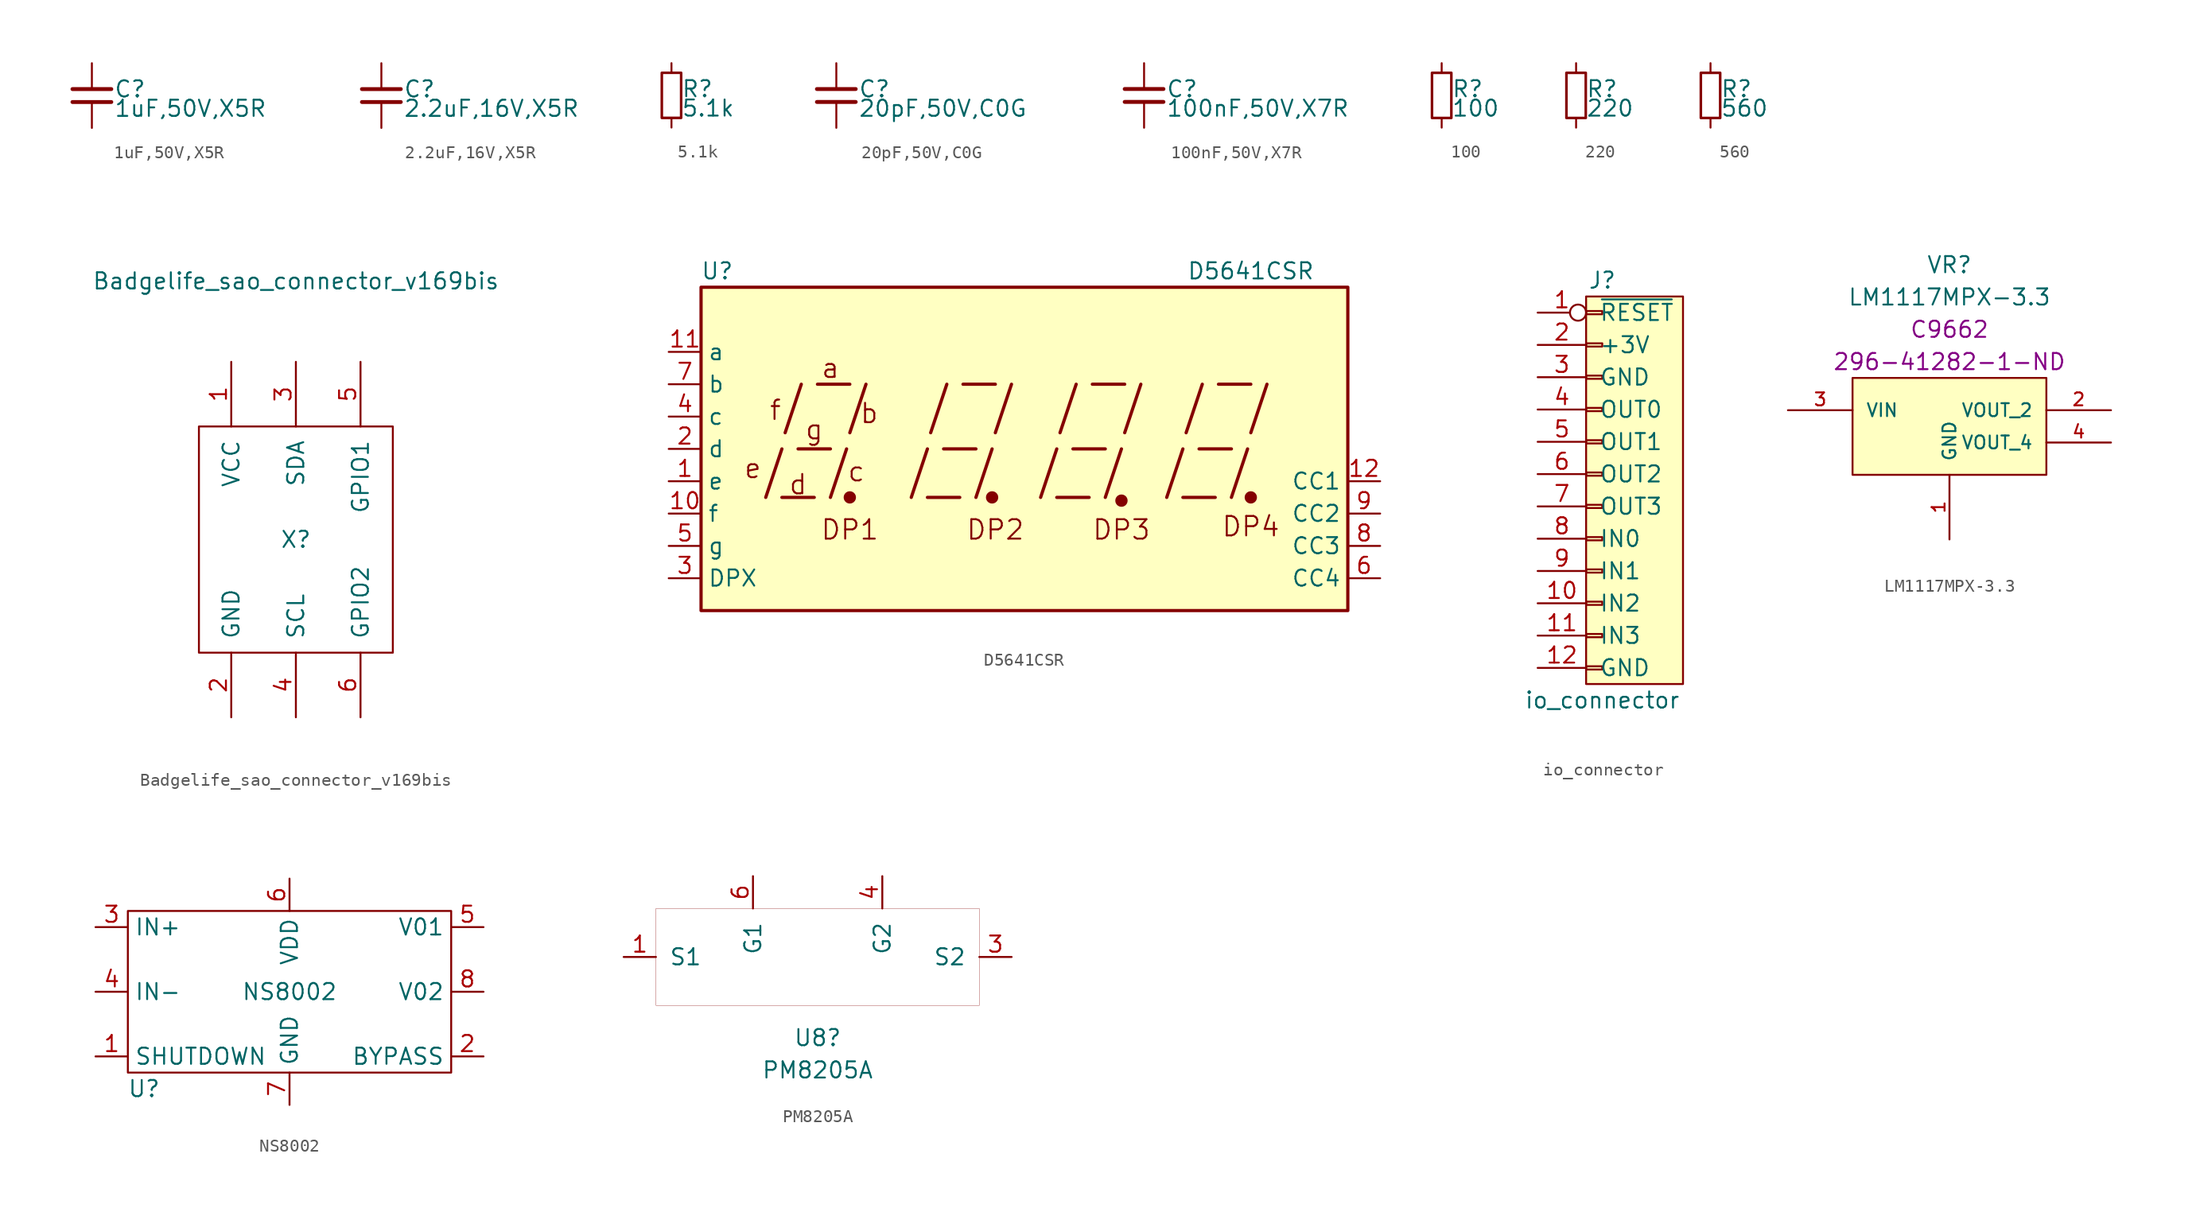
<source format=kicad_sym>
(kicad_symbol_lib
  (version 20211014)
  (generator kicad_symbol_editor)
  (symbol "1uF,50V,X5R"
    (property "Reference" "C"
      (at 1.71 0.508 0)
      (effects (font (size 1.27 1.27)) (justify left)))
    (property "Value" "1uF,50V,X5R"
      (at 1.71 -1.016 0)
      (effects (font (size 1.27 1.27)) (justify left)))
    (property "ki_locked" ""
      (at 0 0 0)
      (effects (font (size 1.27 1.27))))
    (symbol "1uF,50V,X5R_0_0"
      (polyline (pts (xy -1.524 -0.508) (xy 1.524 -0.508)) (stroke (width 0.305) (type default) (color 0 0 0 0)) (fill (type none)))
      (polyline (pts (xy -1.524 0.508) (xy 1.524 0.508)) (stroke (width 0.305) (type default) (color 0 0 0 0)) (fill (type none)))
      (pin passive line (at 0 2.54 270) (length 2.032) (name "~" (effects (font (size 0 0)))) (number "1" (effects (font (size 0 0)))))
      (pin passive line (at 0 -2.54 90) (length 2.032) (name "~" (effects (font (size 0 0)))) (number "2" (effects (font (size 0 0)))))))
  (symbol "2.2uF,16V,X5R"
    (property "Reference" "C"
      (at 1.71 0.508 0)
      (effects (font (size 1.27 1.27)) (justify left)))
    (property "Value" "2.2uF,16V,X5R"
      (at 1.71 -1.016 0)
      (effects (font (size 1.27 1.27)) (justify left)))
    (property "ki_locked" ""
      (at 0 0 0)
      (effects (font (size 1.27 1.27))))
    (symbol "2.2uF,16V,X5R_0_0"
      (polyline (pts (xy -1.524 -0.508) (xy 1.524 -0.508)) (stroke (width 0.305) (type default) (color 0 0 0 0)) (fill (type none)))
      (polyline (pts (xy -1.524 0.508) (xy 1.524 0.508)) (stroke (width 0.305) (type default) (color 0 0 0 0)) (fill (type none)))
      (pin passive line (at 0 2.54 270) (length 2.032) (name "~" (effects (font (size 0 0)))) (number "1" (effects (font (size 0 0)))))
      (pin passive line (at 0 -2.54 90) (length 2.032) (name "~" (effects (font (size 0 0)))) (number "2" (effects (font (size 0 0)))))))
  (symbol "5.1k"
    (property "Reference" "R"
      (at 0.762 0.508 0)
      (effects (font (size 1.27 1.27)) (justify left)))
    (property "Value" "5.1k"
      (at 0.762 -1.016 0)
      (effects (font (size 1.27 1.27)) (justify left)))
    (property "ki_locked" ""
      (at 0 0 0)
      (effects (font (size 1.27 1.27))))
    (symbol "5.1k_0_0"
      (rectangle (start -0.762 1.778) (end 0.762 -1.778) (stroke (width 0.203) (type default) (color 0 0 0 0)) (fill (type none)))
      (pin passive line (at 0 2.54 270) (length 0.762) (name "~" (effects (font (size 0 0)))) (number "1" (effects (font (size 0 0)))))
      (pin passive line (at 0 -2.54 90) (length 0.762) (name "~" (effects (font (size 0 0)))) (number "2" (effects (font (size 0 0)))))))
  (symbol "20pF,50V,C0G"
    (property "Reference" "C"
      (at 1.71 0.508 0)
      (effects (font (size 1.27 1.27)) (justify left)))
    (property "Value" "20pF,50V,C0G"
      (at 1.71 -1.016 0)
      (effects (font (size 1.27 1.27)) (justify left)))
    (property "ki_locked" ""
      (at 0 0 0)
      (effects (font (size 1.27 1.27))))
    (symbol "20pF,50V,C0G_0_0"
      (polyline (pts (xy -1.524 -0.508) (xy 1.524 -0.508)) (stroke (width 0.305) (type default) (color 0 0 0 0)) (fill (type none)))
      (polyline (pts (xy -1.524 0.508) (xy 1.524 0.508)) (stroke (width 0.305) (type default) (color 0 0 0 0)) (fill (type none)))
      (pin passive line (at 0 2.54 270) (length 2.032) (name "~" (effects (font (size 0 0)))) (number "1" (effects (font (size 0 0)))))
      (pin passive line (at 0 -2.54 90) (length 2.032) (name "~" (effects (font (size 0 0)))) (number "2" (effects (font (size 0 0)))))))
  (symbol "100nF,50V,X7R"
    (property "Reference" "C"
      (at 1.71 0.508 0)
      (effects (font (size 1.27 1.27)) (justify left)))
    (property "Value" "100nF,50V,X7R"
      (at 1.71 -1.016 0)
      (effects (font (size 1.27 1.27)) (justify left)))
    (property "ki_locked" ""
      (at 0 0 0)
      (effects (font (size 1.27 1.27))))
    (symbol "100nF,50V,X7R_0_0"
      (polyline (pts (xy -1.524 -0.508) (xy 1.524 -0.508)) (stroke (width 0.305) (type default) (color 0 0 0 0)) (fill (type none)))
      (polyline (pts (xy -1.524 0.508) (xy 1.524 0.508)) (stroke (width 0.305) (type default) (color 0 0 0 0)) (fill (type none)))
      (pin passive line (at 0 2.54 270) (length 2.032) (name "~" (effects (font (size 0 0)))) (number "1" (effects (font (size 0 0)))))
      (pin passive line (at 0 -2.54 90) (length 2.032) (name "~" (effects (font (size 0 0)))) (number "2" (effects (font (size 0 0)))))))
  (symbol "100"
    (property "Reference" "R"
      (at 0.762 0.508 0)
      (effects (font (size 1.27 1.27)) (justify left)))
    (property "Value" "100"
      (at 0.762 -1.016 0)
      (effects (font (size 1.27 1.27)) (justify left)))
    (property "ki_locked" ""
      (at 0 0 0)
      (effects (font (size 1.27 1.27))))
    (symbol "100_0_0"
      (rectangle (start -0.762 1.778) (end 0.762 -1.778) (stroke (width 0.203) (type default) (color 0 0 0 0)) (fill (type none)))
      (pin passive line (at 0 2.54 270) (length 0.762) (name "~" (effects (font (size 0 0)))) (number "1" (effects (font (size 0 0)))))
      (pin passive line (at 0 -2.54 90) (length 0.762) (name "~" (effects (font (size 0 0)))) (number "2" (effects (font (size 0 0)))))))
  (symbol "220"
    (property "Reference" "R"
      (at 0.762 0.508 0)
      (effects (font (size 1.27 1.27)) (justify left)))
    (property "Value" "220"
      (at 0.762 -1.016 0)
      (effects (font (size 1.27 1.27)) (justify left)))
    (property "ki_locked" ""
      (at 0 0 0)
      (effects (font (size 1.27 1.27))))
    (symbol "220_0_0"
      (rectangle (start -0.762 1.778) (end 0.762 -1.778) (stroke (width 0.203) (type default) (color 0 0 0 0)) (fill (type none)))
      (pin passive line (at 0 2.54 270) (length 0.762) (name "~" (effects (font (size 0 0)))) (number "1" (effects (font (size 0 0)))))
      (pin passive line (at 0 -2.54 90) (length 0.762) (name "~" (effects (font (size 0 0)))) (number "2" (effects (font (size 0 0)))))))
  (symbol "560"
    (property "Reference" "R"
      (at 0.762 0.508 0)
      (effects (font (size 1.27 1.27)) (justify left)))
    (property "Value" "560"
      (at 0.762 -1.016 0)
      (effects (font (size 1.27 1.27)) (justify left)))
    (property "ki_locked" ""
      (at 0 0 0)
      (effects (font (size 1.27 1.27))))
    (symbol "560_0_0"
      (rectangle (start -0.762 1.778) (end 0.762 -1.778) (stroke (width 0.203) (type default) (color 0 0 0 0)) (fill (type none)))
      (pin passive line (at 0 2.54 270) (length 0.762) (name "~" (effects (font (size 0 0)))) (number "1" (effects (font (size 0 0)))))
      (pin passive line (at 0 -2.54 90) (length 0.762) (name "~" (effects (font (size 0 0)))) (number "2" (effects (font (size 0 0)))))))
  (symbol "Badgelife_sao_connector_v169bis"
    (pin_names
      (offset 1.016))
    (property "Reference" "X"
      (at 0 0 0)
      (effects (font (size 1.27 1.27))))
    (property "Value" "Badgelife_sao_connector_v169bis"
      (at 0 20.32 0)
      (effects (font (size 1.27 1.27))))
    (symbol "Badgelife_sao_connector_v169bis_0_1"
      (rectangle (start -7.62 8.89) (end 7.62 -8.89) (stroke (width 0) (type default) (color 0 0 0 0)) (fill (type none))))
    (symbol "Badgelife_sao_connector_v169bis_1_1"
      (pin input line (at -5.08 13.97 270) (length 5.08) (name "VCC" (effects (font (size 1.27 1.27)))) (number "1" (effects (font (size 1.27 1.27)))))
      (pin input line (at -5.08 -13.97 90) (length 5.08) (name "GND" (effects (font (size 1.27 1.27)))) (number "2" (effects (font (size 1.27 1.27)))))
      (pin input line (at 0 13.97 270) (length 5.08) (name "SDA" (effects (font (size 1.27 1.27)))) (number "3" (effects (font (size 1.27 1.27)))))
      (pin input line (at 0 -13.97 90) (length 5.08) (name "SCL" (effects (font (size 1.27 1.27)))) (number "4" (effects (font (size 1.27 1.27)))))
      (pin input line (at 5.08 13.97 270) (length 5.08) (name "GPIO1" (effects (font (size 1.27 1.27)))) (number "5" (effects (font (size 1.27 1.27)))))
      (pin input line (at 5.08 -13.97 90) (length 5.08) (name "GPIO2" (effects (font (size 1.27 1.27)))) (number "6" (effects (font (size 1.27 1.27)))))))
  (symbol "D5641CSR"
    (property "Reference" "U"
      (at -24.13 13.97 0)
      (effects (font (size 1.27 1.27))))
    (property "Value" "D5641CSR"
      (at 17.78 13.97 0)
      (effects (font (size 1.27 1.27))))
    (symbol "D5641CSR_0_0"
      (rectangle (start -25.4 12.7) (end 25.4 -12.7) (stroke (width 0.254) (type default) (color 0 0 0 0)) (fill (type background)))
      (polyline (pts (xy -20.32 -3.81) (xy -19.05 0)) (stroke (width 0.254) (type default) (color 0 0 0 0)) (fill (type none)))
      (polyline (pts (xy -19.05 -3.81) (xy -16.51 -3.81)) (stroke (width 0.254) (type default) (color 0 0 0 0)) (fill (type none)))
      (polyline (pts (xy -18.796 1.27) (xy -17.526 5.08)) (stroke (width 0.254) (type default) (color 0 0 0 0)) (fill (type none)))
      (polyline (pts (xy -17.78 0) (xy -15.24 0)) (stroke (width 0.254) (type default) (color 0 0 0 0)) (fill (type none)))
      (polyline (pts (xy -16.256 5.08) (xy -13.716 5.08)) (stroke (width 0.254) (type default) (color 0 0 0 0)) (fill (type none)))
      (polyline (pts (xy -15.24 -3.81) (xy -13.97 0)) (stroke (width 0.254) (type default) (color 0 0 0 0)) (fill (type none)))
      (polyline (pts (xy -13.716 1.27) (xy -12.446 5.08)) (stroke (width 0.254) (type default) (color 0 0 0 0)) (fill (type none)))
      (polyline (pts (xy -8.89 -3.81) (xy -7.62 0)) (stroke (width 0.254) (type default) (color 0 0 0 0)) (fill (type none)))
      (polyline (pts (xy -7.62 -3.81) (xy -5.08 -3.81)) (stroke (width 0.254) (type default) (color 0 0 0 0)) (fill (type none)))
      (polyline (pts (xy -7.366 1.27) (xy -6.096 5.08)) (stroke (width 0.254) (type default) (color 0 0 0 0)) (fill (type none)))
      (polyline (pts (xy -6.35 0) (xy -3.81 0)) (stroke (width 0.254) (type default) (color 0 0 0 0)) (fill (type none)))
      (polyline (pts (xy -4.826 5.08) (xy -2.286 5.08)) (stroke (width 0.254) (type default) (color 0 0 0 0)) (fill (type none)))
      (polyline (pts (xy -3.81 -3.81) (xy -2.54 0)) (stroke (width 0.254) (type default) (color 0 0 0 0)) (fill (type none)))
      (polyline (pts (xy -2.286 1.27) (xy -1.016 5.08)) (stroke (width 0.254) (type default) (color 0 0 0 0)) (fill (type none)))
      (polyline (pts (xy 1.27 -3.81) (xy 2.54 0)) (stroke (width 0.254) (type default) (color 0 0 0 0)) (fill (type none)))
      (polyline (pts (xy 2.54 -3.81) (xy 5.08 -3.81)) (stroke (width 0.254) (type default) (color 0 0 0 0)) (fill (type none)))
      (polyline (pts (xy 2.794 1.27) (xy 4.064 5.08)) (stroke (width 0.254) (type default) (color 0 0 0 0)) (fill (type none)))
      (polyline (pts (xy 3.81 0) (xy 6.35 0)) (stroke (width 0.254) (type default) (color 0 0 0 0)) (fill (type none)))
      (polyline (pts (xy 5.334 5.08) (xy 7.874 5.08)) (stroke (width 0.254) (type default) (color 0 0 0 0)) (fill (type none)))
      (polyline (pts (xy 6.35 -3.81) (xy 7.62 0)) (stroke (width 0.254) (type default) (color 0 0 0 0)) (fill (type none)))
      (polyline (pts (xy 7.874 1.27) (xy 9.144 5.08)) (stroke (width 0.254) (type default) (color 0 0 0 0)) (fill (type none)))
      (polyline (pts (xy 11.176 -3.81) (xy 12.446 0)) (stroke (width 0.254) (type default) (color 0 0 0 0)) (fill (type none)))
      (polyline (pts (xy 12.446 -3.81) (xy 14.986 -3.81)) (stroke (width 0.254) (type default) (color 0 0 0 0)) (fill (type none)))
      (polyline (pts (xy 12.7 1.27) (xy 13.97 5.08)) (stroke (width 0.254) (type default) (color 0 0 0 0)) (fill (type none)))
      (polyline (pts (xy 13.716 0) (xy 16.256 0)) (stroke (width 0.254) (type default) (color 0 0 0 0)) (fill (type none)))
      (polyline (pts (xy 15.24 5.08) (xy 17.78 5.08)) (stroke (width 0.254) (type default) (color 0 0 0 0)) (fill (type none)))
      (polyline (pts (xy 16.256 -3.81) (xy 17.526 0)) (stroke (width 0.254) (type default) (color 0 0 0 0)) (fill (type none)))
      (polyline (pts (xy 17.78 1.27) (xy 19.05 5.08)) (stroke (width 0.254) (type default) (color 0 0 0 0)) (fill (type none)))
      (text "a" (at -15.24 6.35 0) (effects (font (size 1.524 1.524))))
      (text "b" (at -12.192 2.794 0) (effects (font (size 1.524 1.524))))
      (text "c" (at -13.208 -1.778 0) (effects (font (size 1.524 1.524))))
      (text "d" (at -17.78 -2.794 0) (effects (font (size 1.524 1.524))))
      (text "DP1" (at -13.716 -6.35 0) (effects (font (size 1.524 1.524))))
      (text "DP2" (at -2.286 -6.35 0) (effects (font (size 1.524 1.524))))
      (text "DP3" (at 7.62 -6.35 0) (effects (font (size 1.524 1.524))))
      (text "DP4" (at 17.78 -6.096 0) (effects (font (size 1.524 1.524))))
      (text "e" (at -21.336 -1.524 0) (effects (font (size 1.524 1.524))))
      (text "f" (at -19.558 3.048 0) (effects (font (size 1.524 1.524))))
      (text "g" (at -16.51 1.524 0) (effects (font (size 1.524 1.524)))))
    (symbol "D5641CSR_0_1"
      (circle (center -13.716 -3.81) (radius 0.356) (stroke (width 0.254) (type default) (color 0 0 0 0)) (fill (type outline)))
      (circle (center -2.54 -3.81) (radius 0.356) (stroke (width 0.254) (type default) (color 0 0 0 0)) (fill (type outline))))
    (symbol "D5641CSR_1_0"
      (circle (center 7.62 -4.064) (radius 0.356) (stroke (width 0.254) (type default) (color 0 0 0 0)) (fill (type outline)))
      (circle (center 17.78 -3.81) (radius 0.356) (stroke (width 0.254) (type default) (color 0 0 0 0)) (fill (type outline))))
    (symbol "D5641CSR_1_1"
      (pin input line (at -27.94 -2.54 0) (length 2.54) (name "e" (effects (font (size 1.27 1.27)))) (number "1" (effects (font (size 1.27 1.27)))))
      (pin input line (at -27.94 -5.08 0) (length 2.54) (name "f" (effects (font (size 1.27 1.27)))) (number "10" (effects (font (size 1.27 1.27)))))
      (pin input line (at -27.94 7.62 0) (length 2.54) (name "a" (effects (font (size 1.27 1.27)))) (number "11" (effects (font (size 1.27 1.27)))))
      (pin input line (at 27.94 -2.54 180) (length 2.54) (name "CC1" (effects (font (size 1.27 1.27)))) (number "12" (effects (font (size 1.27 1.27)))))
      (pin input line (at -27.94 0 0) (length 2.54) (name "d" (effects (font (size 1.27 1.27)))) (number "2" (effects (font (size 1.27 1.27)))))
      (pin input line (at -27.94 -10.16 0) (length 2.54) (name "DPX" (effects (font (size 1.27 1.27)))) (number "3" (effects (font (size 1.27 1.27)))))
      (pin input line (at -27.94 2.54 0) (length 2.54) (name "c" (effects (font (size 1.27 1.27)))) (number "4" (effects (font (size 1.27 1.27)))))
      (pin input line (at -27.94 -7.62 0) (length 2.54) (name "g" (effects (font (size 1.27 1.27)))) (number "5" (effects (font (size 1.27 1.27)))))
      (pin input line (at 27.94 -10.16 180) (length 2.54) (name "CC4" (effects (font (size 1.27 1.27)))) (number "6" (effects (font (size 1.27 1.27)))))
      (pin input line (at -27.94 5.08 0) (length 2.54) (name "b" (effects (font (size 1.27 1.27)))) (number "7" (effects (font (size 1.27 1.27)))))
      (pin input line (at 27.94 -7.62 180) (length 2.54) (name "CC3" (effects (font (size 1.27 1.27)))) (number "8" (effects (font (size 1.27 1.27)))))
      (pin input line (at 27.94 -5.08 180) (length 2.54) (name "CC2" (effects (font (size 1.27 1.27)))) (number "9" (effects (font (size 1.27 1.27)))))))
  (symbol "io_connector"
    (pin_names
      (offset 1.016))
    (property "Reference" "J"
      (at 0 15.24 0)
      (effects (font (size 1.27 1.27))))
    (property "Value" "io_connector"
      (at 0 -17.78 0)
      (effects (font (size 1.27 1.27))))
    (symbol "io_connector_0_1"
      (rectangle (start -1.27 13.97) (end 6.35 -16.51) (stroke (width 0) (type default) (color 0 0 0 0)) (fill (type background))))
    (symbol "io_connector_1_1"
      (rectangle (start -1.27 -15.113) (end 0 -15.367) (stroke (width 0.152) (type default) (color 0 0 0 0)) (fill (type none)))
      (rectangle (start -1.27 -12.573) (end 0 -12.827) (stroke (width 0.152) (type default) (color 0 0 0 0)) (fill (type none)))
      (rectangle (start -1.27 -10.033) (end 0 -10.287) (stroke (width 0.152) (type default) (color 0 0 0 0)) (fill (type none)))
      (rectangle (start -1.27 -7.493) (end 0 -7.747) (stroke (width 0.152) (type default) (color 0 0 0 0)) (fill (type none)))
      (rectangle (start -1.27 -4.953) (end 0 -5.207) (stroke (width 0.152) (type default) (color 0 0 0 0)) (fill (type none)))
      (rectangle (start -1.27 -2.413) (end 0 -2.667) (stroke (width 0.152) (type default) (color 0 0 0 0)) (fill (type none)))
      (rectangle (start -1.27 0.127) (end 0 -0.127) (stroke (width 0.152) (type default) (color 0 0 0 0)) (fill (type none)))
      (rectangle (start -1.27 2.667) (end 0 2.413) (stroke (width 0.152) (type default) (color 0 0 0 0)) (fill (type none)))
      (rectangle (start -1.27 5.207) (end 0 4.953) (stroke (width 0.152) (type default) (color 0 0 0 0)) (fill (type none)))
      (rectangle (start -1.27 7.747) (end 0 7.493) (stroke (width 0.152) (type default) (color 0 0 0 0)) (fill (type none)))
      (rectangle (start -1.27 10.287) (end 0 10.033) (stroke (width 0.152) (type default) (color 0 0 0 0)) (fill (type none)))
      (rectangle (start -1.27 12.827) (end 0 12.573) (stroke (width 0.152) (type default) (color 0 0 0 0)) (fill (type none)))
      (pin input inverted (at -5.08 12.7 0) (length 3.81) (name "~{RESET}" (effects (font (size 1.27 1.27)))) (number "1" (effects (font (size 1.27 1.27)))))
      (pin input line (at -5.08 -10.16 0) (length 3.81) (name "IN2" (effects (font (size 1.27 1.27)))) (number "10" (effects (font (size 1.27 1.27)))))
      (pin input line (at -5.08 -12.7 0) (length 3.81) (name "IN3" (effects (font (size 1.27 1.27)))) (number "11" (effects (font (size 1.27 1.27)))))
      (pin passive line (at -5.08 -15.24 0) (length 3.81) (name "GND" (effects (font (size 1.27 1.27)))) (number "12" (effects (font (size 1.27 1.27)))))
      (pin passive line (at -5.08 10.16 0) (length 3.81) (name "+3V" (effects (font (size 1.27 1.27)))) (number "2" (effects (font (size 1.27 1.27)))))
      (pin passive line (at -5.08 7.62 0) (length 3.81) (name "GND" (effects (font (size 1.27 1.27)))) (number "3" (effects (font (size 1.27 1.27)))))
      (pin output line (at -5.08 5.08 0) (length 3.81) (name "OUT0" (effects (font (size 1.27 1.27)))) (number "4" (effects (font (size 1.27 1.27)))))
      (pin output line (at -5.08 2.54 0) (length 3.81) (name "OUT1" (effects (font (size 1.27 1.27)))) (number "5" (effects (font (size 1.27 1.27)))))
      (pin output line (at -5.08 0 0) (length 3.81) (name "OUT2" (effects (font (size 1.27 1.27)))) (number "6" (effects (font (size 1.27 1.27)))))
      (pin output line (at -5.08 -2.54 0) (length 3.81) (name "OUT3" (effects (font (size 1.27 1.27)))) (number "7" (effects (font (size 1.27 1.27)))))
      (pin input line (at -5.08 -5.08 0) (length 3.81) (name "IN0" (effects (font (size 1.27 1.27)))) (number "8" (effects (font (size 1.27 1.27)))))
      (pin input line (at -5.08 -7.62 0) (length 3.81) (name "IN1" (effects (font (size 1.27 1.27)))) (number "9" (effects (font (size 1.27 1.27)))))))
  (symbol "LM1117MPX-3.3"
    (pin_names
      (offset 1.016))
    (property "Reference" "VR"
      (at 0 13.97 0)
      (effects (font (size 1.27 1.27))))
    (property "Value" "LM1117MPX-3.3"
      (at 0 11.43 0)
      (effects (font (size 1.27 1.27))))
    (property "LCSC" "C9662"
      (at 0 8.89 0)
      (effects (font (size 1.27 1.27))))
    (property "DIGIKEY" "296-41282-1-ND"
      (at 0 6.35 0)
      (effects (font (size 1.27 1.27))))
    (symbol "LM1117MPX-3.3_0_0"
      (pin power_in line (at 0 -7.62 90) (length 5.08) (name "GND" (effects (font (size 1.016 1.016)))) (number "1" (effects (font (size 1.016 1.016)))))
      (pin power_out line (at 12.7 2.54 180) (length 5.08) (name "VOUT_2" (effects (font (size 1.016 1.016)))) (number "2" (effects (font (size 1.016 1.016)))))
      (pin input line (at -12.7 2.54 0) (length 5.08) (name "VIN" (effects (font (size 1.016 1.016)))) (number "3" (effects (font (size 1.016 1.016)))))
      (pin passive line (at 12.7 0 180) (length 5.08) (name "VOUT_4" (effects (font (size 1.016 1.016)))) (number "4" (effects (font (size 1.016 1.016))))))
    (symbol "LM1117MPX-3.3_0_1"
      (rectangle (start -7.62 5.08) (end 7.62 -2.54) (stroke (width 0) (type default) (color 0 0 0 0)) (fill (type background)))))
  (symbol "NS8002"
    (property "Reference" "U"
      (at -11.43 -7.62 0)
      (effects (font (size 1.27 1.27))))
    (property "Value" "NS8002"
      (at 0 0 0)
      (effects (font (size 1.27 1.27))))
    (symbol "NS8002_0_0"
      (pin input line (at -15.24 -5.08 0) (length 2.54) (name "SHUTDOWN" (effects (font (size 1.27 1.27)))) (number "1" (effects (font (size 1.27 1.27)))))
      (pin bidirectional line (at 15.24 -5.08 180) (length 2.54) (name "BYPASS" (effects (font (size 1.27 1.27)))) (number "2" (effects (font (size 1.27 1.27)))))
      (pin input line (at -15.24 5.08 0) (length 2.54) (name "IN+" (effects (font (size 1.27 1.27)))) (number "3" (effects (font (size 1.27 1.27)))))
      (pin input line (at -15.24 0 0) (length 2.54) (name "IN-" (effects (font (size 1.27 1.27)))) (number "4" (effects (font (size 1.27 1.27)))))
      (pin output line (at 15.24 5.08 180) (length 2.54) (name "V01" (effects (font (size 1.27 1.27)))) (number "5" (effects (font (size 1.27 1.27)))))
      (pin power_in line (at 0 8.89 270) (length 2.54) (name "VDD" (effects (font (size 1.27 1.27)))) (number "6" (effects (font (size 1.27 1.27)))))
      (pin passive line (at 0 -8.89 90) (length 2.54) (name "GND" (effects (font (size 1.27 1.27)))) (number "7" (effects (font (size 1.27 1.27)))))
      (pin output line (at 15.24 0 180) (length 2.54) (name "V02" (effects (font (size 1.27 1.27)))) (number "8" (effects (font (size 1.27 1.27))))))
    (symbol "NS8002_0_1"
      (rectangle (start -12.7 6.35) (end 12.7 -6.35) (stroke (width 0) (type default) (color 0 0 0 0)) (fill (type none)))))
  (symbol "PM8205A"
    (pin_names
      (offset 1.016))
    (property "Reference" "U8"
      (at 0 -6.35 0)
      (effects (font (size 1.27 1.27))))
    (property "Value" "PM8205A"
      (at 0 -8.89 0)
      (effects (font (size 1.27 1.27))))
    (symbol "PM8205A_0_1"
      (rectangle (start -12.7 3.81) (end 12.7 -3.81) (stroke (width 0.001) (type default) (color 0 0 0 0)) (fill (type none))))
    (symbol "PM8205A_1_1"
      (pin bidirectional line (at -15.24 0 0) (length 2.54) (name "S1" (effects (font (size 1.27 1.27)))) (number "1" (effects (font (size 1.27 1.27)))))
      (pin bidirectional line (at 15.24 0 180) (length 2.54) (name "S2" (effects (font (size 1.27 1.27)))) (number "3" (effects (font (size 1.27 1.27)))))
      (pin input line (at 5.08 6.35 270) (length 2.54) (name "G2" (effects (font (size 1.27 1.27)))) (number "4" (effects (font (size 1.27 1.27)))))
      (pin input line (at -5.08 6.35 270) (length 2.54) (name "G1" (effects (font (size 1.27 1.27)))) (number "6" (effects (font (size 1.27 1.27))))))))
</source>
